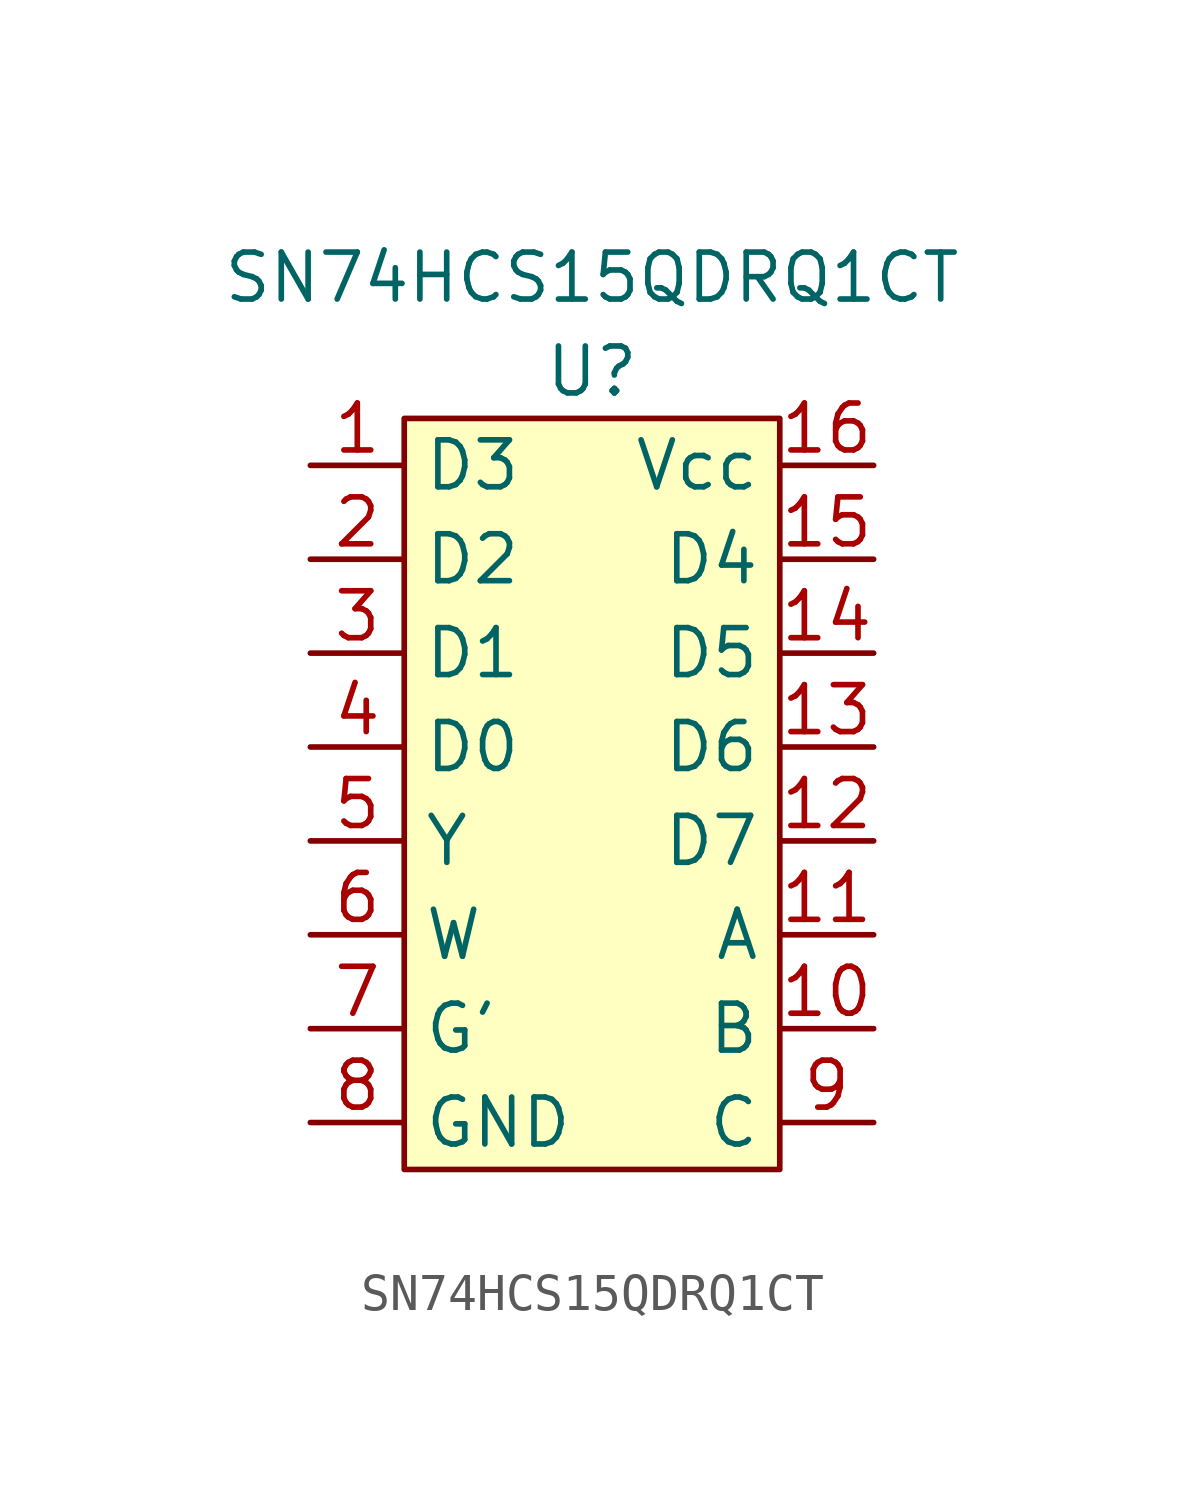
<source format=kicad_sym>
(kicad_symbol_lib
  (version 20211014)
  (generator kicad_symbol_editor)
  (symbol "SN74HCS15QDRQ1CT"
    (property "Reference" "U"
      (at 0 0 0)
      (effects (font (size 1.27 1.27))))
    (property "Value" "SN74HCS15QDRQ1CT"
      (at 0 2.54 0)
      (effects (font (size 1.27 1.27))))
    (symbol "SN74HCS15QDRQ1CT_0_1"
      (rectangle (start -5.08 -1.27) (end 5.08 -21.59) (stroke (width 0) (type default) (color 0 0 0 0)) (fill (type background))))
    (symbol "SN74HCS15QDRQ1CT_1_1"
      (pin input line (at -7.62 -2.54 0) (length 2.54) (name "D3" (effects (font (size 1.27 1.27)))) (number "1" (effects (font (size 1.27 1.27)))))
      (pin input line (at 7.62 -17.78 180) (length 2.54) (name "B" (effects (font (size 1.27 1.27)))) (number "10" (effects (font (size 1.27 1.27)))))
      (pin input line (at 7.62 -15.24 180) (length 2.54) (name "A" (effects (font (size 1.27 1.27)))) (number "11" (effects (font (size 1.27 1.27)))))
      (pin input line (at 7.62 -12.7 180) (length 2.54) (name "D7" (effects (font (size 1.27 1.27)))) (number "12" (effects (font (size 1.27 1.27)))))
      (pin input line (at 7.62 -10.16 180) (length 2.54) (name "D6" (effects (font (size 1.27 1.27)))) (number "13" (effects (font (size 1.27 1.27)))))
      (pin input line (at 7.62 -7.62 180) (length 2.54) (name "D5" (effects (font (size 1.27 1.27)))) (number "14" (effects (font (size 1.27 1.27)))))
      (pin input line (at 7.62 -5.08 180) (length 2.54) (name "D4" (effects (font (size 1.27 1.27)))) (number "15" (effects (font (size 1.27 1.27)))))
      (pin input line (at 7.62 -2.54 180) (length 2.54) (name "Vcc" (effects (font (size 1.27 1.27)))) (number "16" (effects (font (size 1.27 1.27)))))
      (pin input line (at -7.62 -5.08 0) (length 2.54) (name "D2" (effects (font (size 1.27 1.27)))) (number "2" (effects (font (size 1.27 1.27)))))
      (pin input line (at -7.62 -7.62 0) (length 2.54) (name "D1" (effects (font (size 1.27 1.27)))) (number "3" (effects (font (size 1.27 1.27)))))
      (pin input line (at -7.62 -10.16 0) (length 2.54) (name "D0" (effects (font (size 1.27 1.27)))) (number "4" (effects (font (size 1.27 1.27)))))
      (pin input line (at -7.62 -12.7 0) (length 2.54) (name "Y" (effects (font (size 1.27 1.27)))) (number "5" (effects (font (size 1.27 1.27)))))
      (pin input line (at -7.62 -15.24 0) (length 2.54) (name "W" (effects (font (size 1.27 1.27)))) (number "6" (effects (font (size 1.27 1.27)))))
      (pin input line (at -7.62 -17.78 0) (length 2.54) (name "G'" (effects (font (size 1.27 1.27)))) (number "7" (effects (font (size 1.27 1.27)))))
      (pin input line (at -7.62 -20.32 0) (length 2.54) (name "GND" (effects (font (size 1.27 1.27)))) (number "8" (effects (font (size 1.27 1.27)))))
      (pin input line (at 7.62 -20.32 180) (length 2.54) (name "C" (effects (font (size 1.27 1.27)))) (number "9" (effects (font (size 1.27 1.27))))))))
</source>
